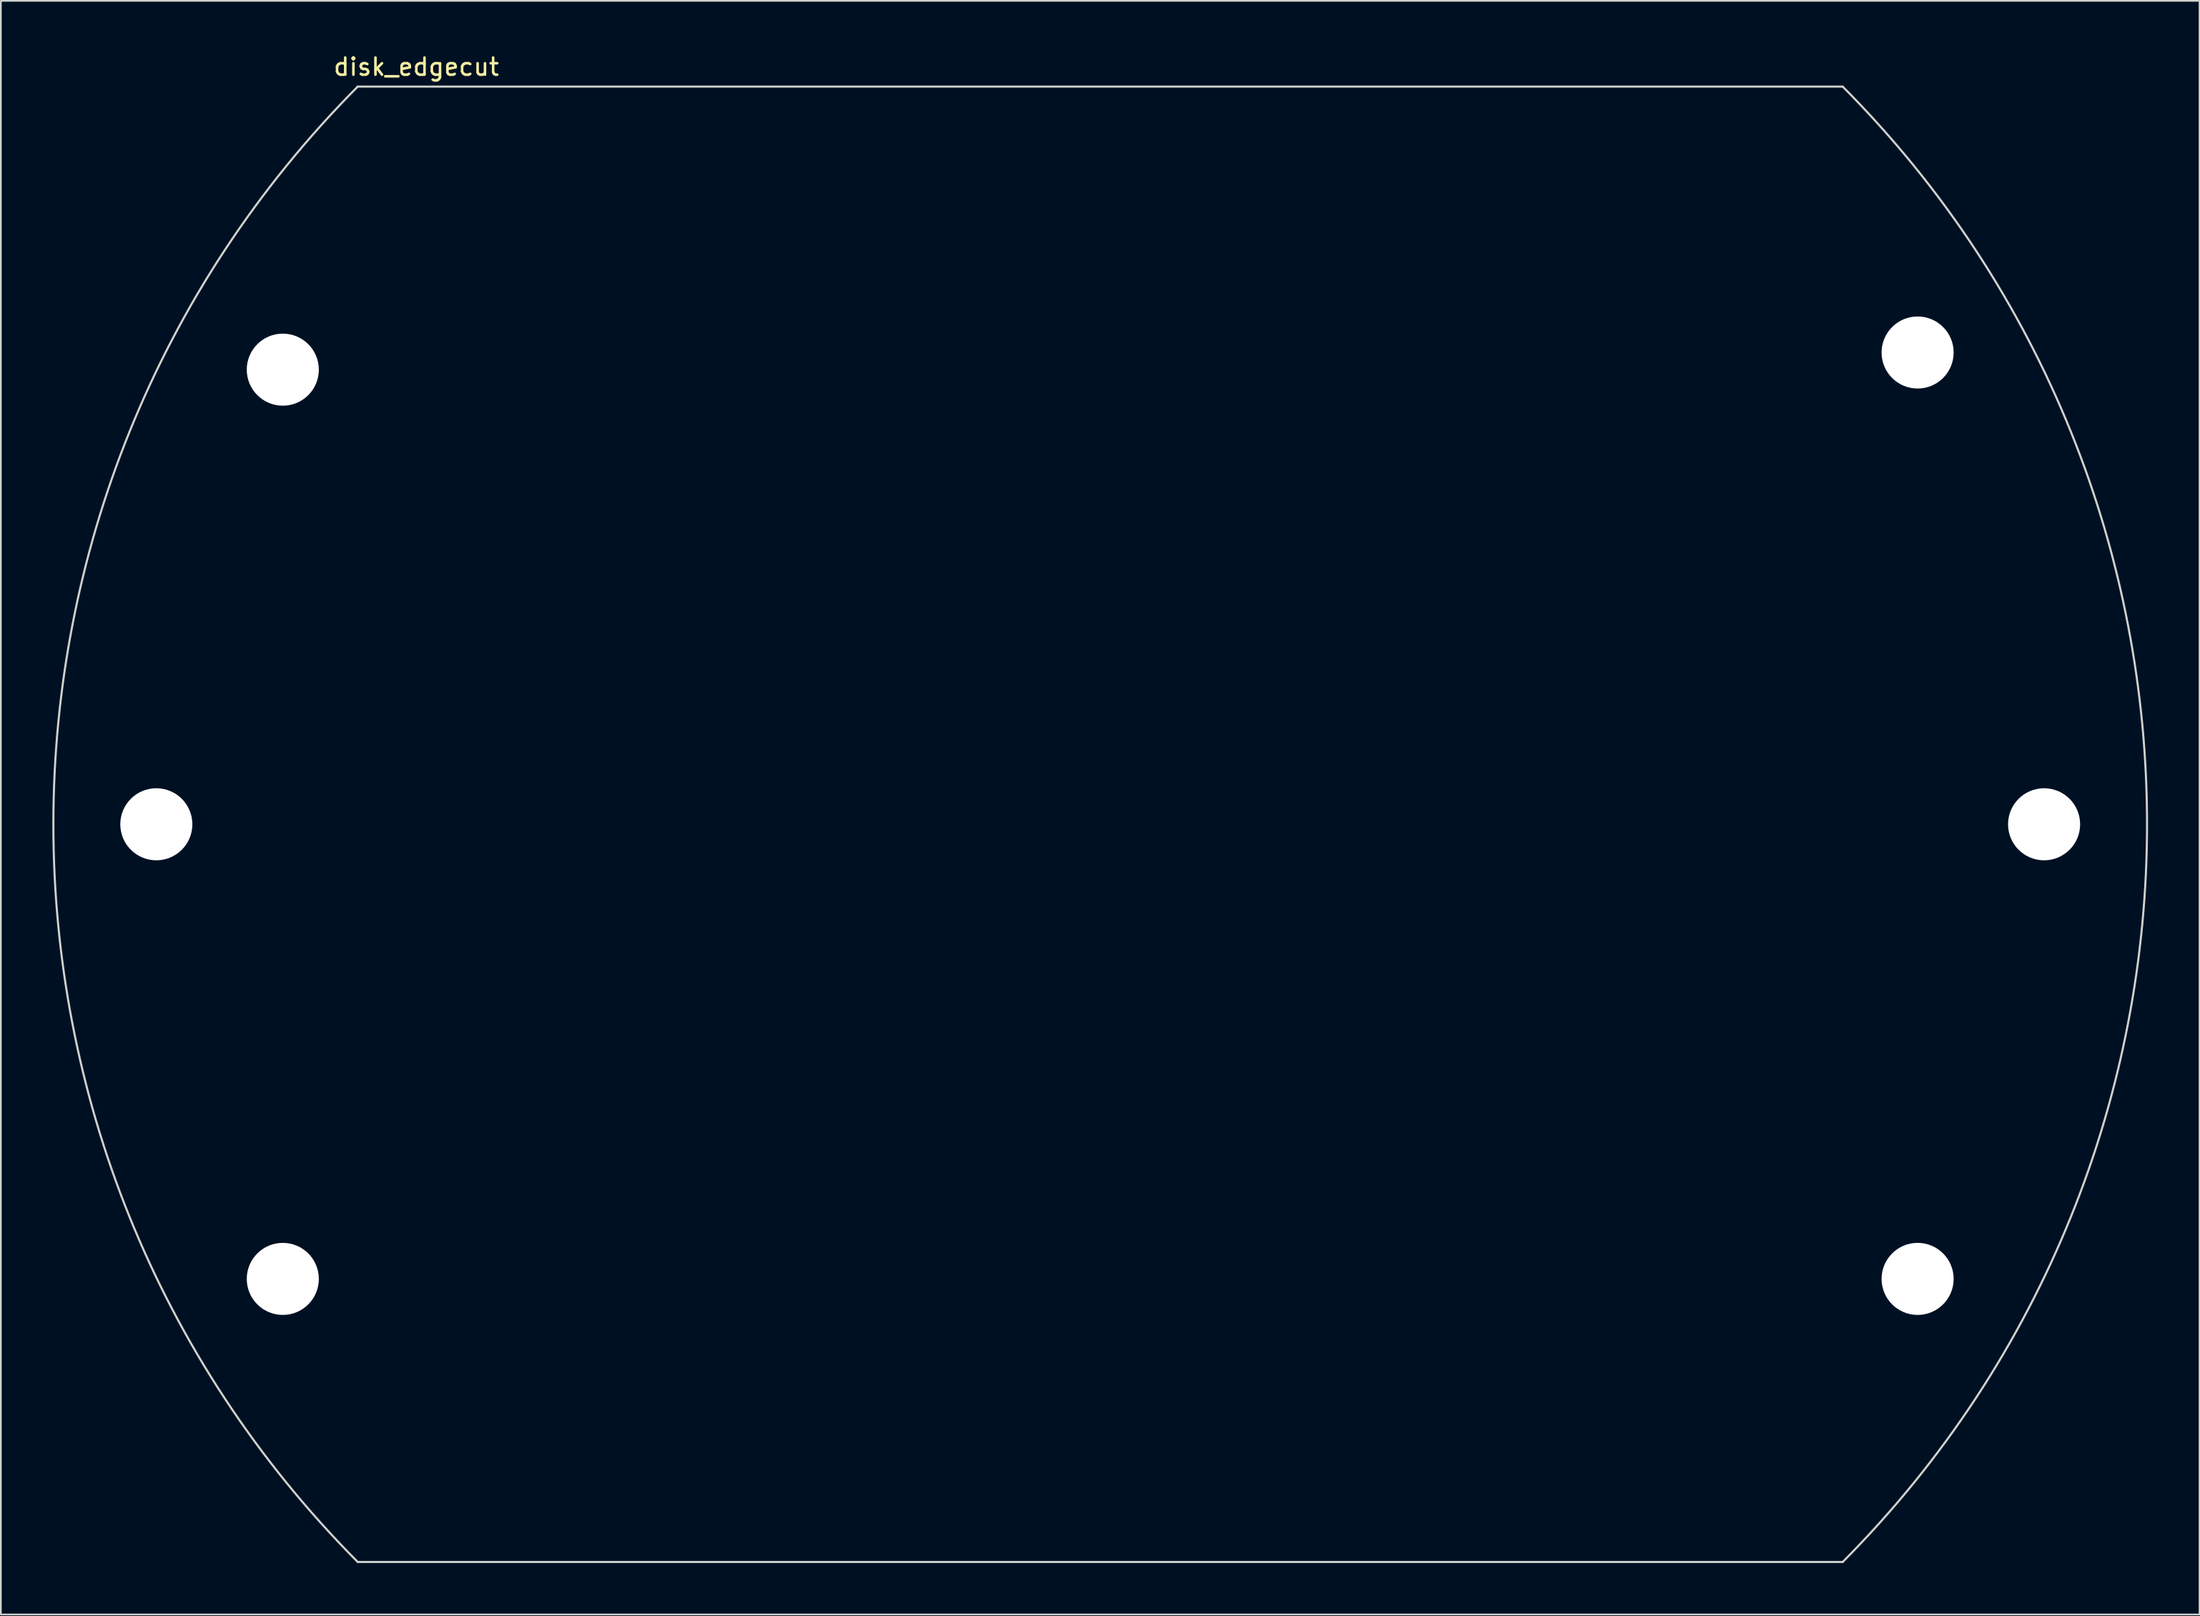
<source format=kicad_pcb>
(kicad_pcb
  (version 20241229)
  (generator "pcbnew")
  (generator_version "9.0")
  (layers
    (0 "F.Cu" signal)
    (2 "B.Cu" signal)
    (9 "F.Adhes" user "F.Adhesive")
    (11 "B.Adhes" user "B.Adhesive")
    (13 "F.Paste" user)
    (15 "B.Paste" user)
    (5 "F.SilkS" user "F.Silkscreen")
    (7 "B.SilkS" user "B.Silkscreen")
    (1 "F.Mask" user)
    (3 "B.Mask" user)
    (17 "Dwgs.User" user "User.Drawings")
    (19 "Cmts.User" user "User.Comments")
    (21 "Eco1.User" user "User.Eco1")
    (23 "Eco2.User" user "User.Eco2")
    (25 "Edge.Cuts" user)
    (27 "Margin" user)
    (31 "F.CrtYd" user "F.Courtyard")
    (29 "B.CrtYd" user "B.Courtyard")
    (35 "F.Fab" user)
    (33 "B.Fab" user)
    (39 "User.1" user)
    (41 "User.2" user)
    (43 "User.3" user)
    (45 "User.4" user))
  (footprint "disk_edgecut"
    (layer "F.Cu")
    (at 61.059 44.998)
    (property "Reference" "disk_edgecut" (at -39.85 -44.15 0) (unlocked yes) (layer "F.SilkS") (effects (font (size 1 1) (thickness 0.15))))
    (fp_line (start -43.265 -43) (end 43.265 -43) (stroke (width 0.12) (type solid)) (layer "Edge.Cuts"))
    (fp_line (start -43.265 43) (end 43.265 43) (stroke (width 0.12) (type solid)) (layer "Edge.Cuts"))
    (fp_arc (start -43.265 43) (mid -60.998854 0) (end -43.265 -43) (stroke (width 0.12) (type solid)) (layer "Edge.Cuts"))
    (fp_arc (start 43.265 -43) (mid 60.998854 0) (end 43.265 43) (stroke (width 0.12) (type solid)) (layer "Edge.Cuts"))
    (pad "" np_thru_hole circle (at -55 0) (size 4.2 4.2) (drill 4.2) (layers "*.Cu" "*.Mask"))
    (pad "" np_thru_hole circle (at -47.63 -26.5) (size 4.2 4.2) (drill 4.2) (layers "*.Cu" "*.Mask"))
    (pad "" np_thru_hole circle (at -47.63 26.5) (size 4.2 4.2) (drill 4.2) (layers "*.Cu" "*.Mask"))
    (pad "" np_thru_hole circle (at 47.63 -27.5) (size 4.2 4.2) (drill 4.2) (layers "*.Cu" "*.Mask"))
    (pad "" np_thru_hole circle (at 47.63 26.5) (size 4.2 4.2) (drill 4.2) (layers "*.Cu" "*.Mask"))
    (pad "" np_thru_hole circle (at 55 0) (size 4.2 4.2) (drill 4.2) (layers "*.Cu" "*.Mask")))
  (gr_rect
    (start -3 -3)
    (end 125.118 91.058)
    (stroke (width 0.1) (type default))
    (fill no)
    (layer "Edge.Cuts")))
</source>
